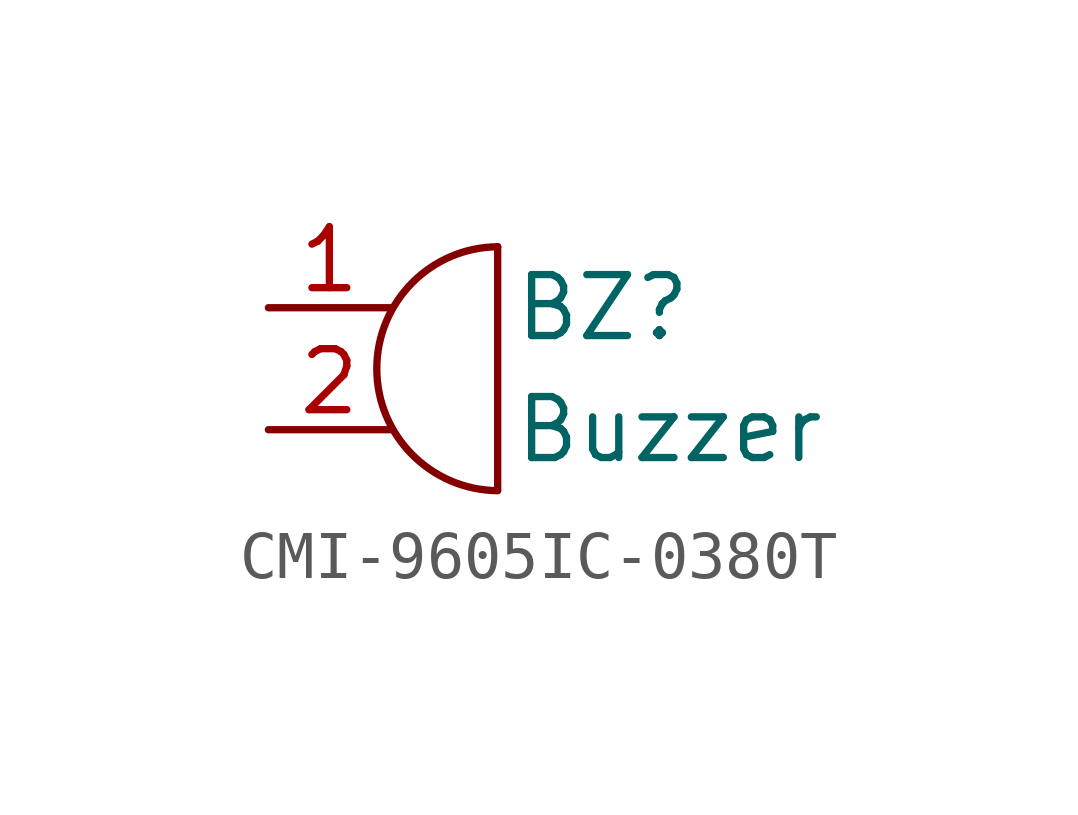
<source format=kicad_sym>
(kicad_symbol_lib
  (version 20220914)
  (generator kicad_symbol_editor)
  (symbol "CMI-9605IC-0380T"
    (pin_names
      (offset 0.025) hide)
    (property "Reference" "BZ"
      (at 2.54 1.27 0)
      (effects (font (size 1.27 1.27)) (justify left)))
    (property "Value" "Buzzer"
      (at 2.54 -1.27 0)
      (effects (font (size 1.27 1.27)) (justify left)))
    (symbol "CMI-9605IC-0380T_0_1"
      (polyline (pts (xy 2.235 2.54) (xy 2.235 -2.515)) (stroke (width 0) (type default)) (fill (type none)))
      (arc (start 2.2352 2.54) (mid -0.2824 0) (end 2.2352 -2.54) (stroke (width 0) (type default)) (fill (type none))))
    (symbol "CMI-9605IC-0380T_1_1"
      (pin passive line (at -2.54 1.27 0) (length 2.54) (name "" (effects (font (size 1.27 1.27)))) (number "1" (effects (font (size 1.27 1.27)))))
      (pin passive line (at -2.54 -1.27 0) (length 2.54) (name "" (effects (font (size 1.27 1.27)))) (number "2" (effects (font (size 1.27 1.27))))))))
</source>
